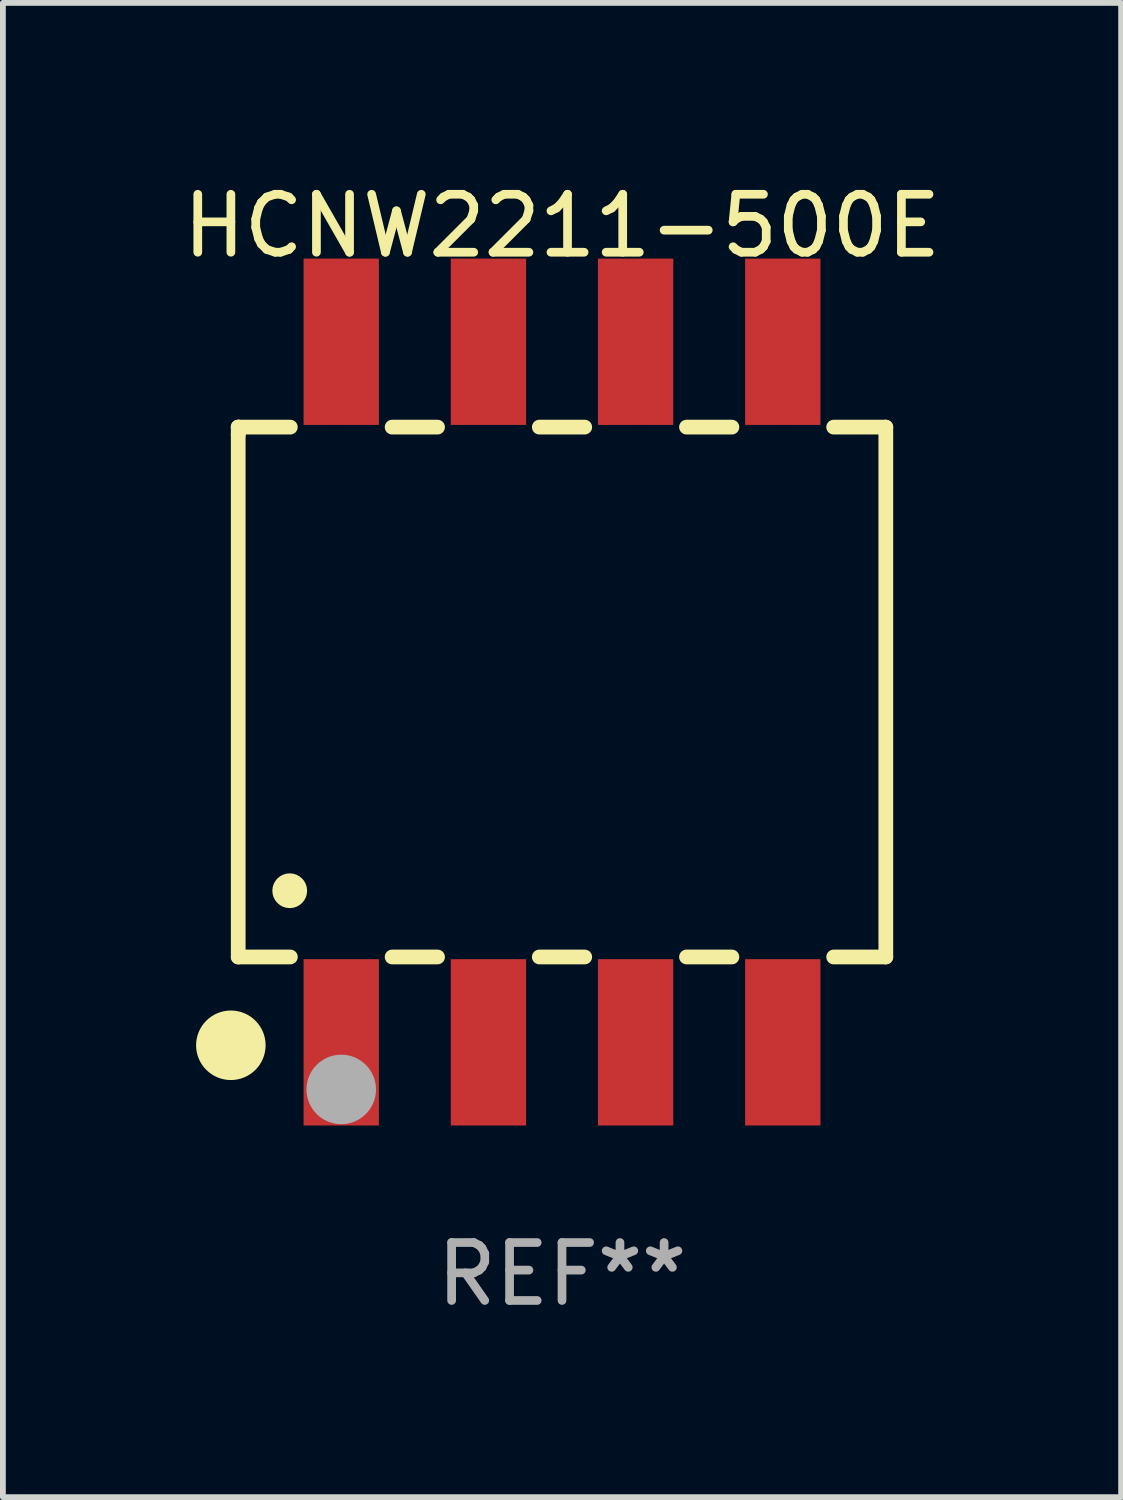
<source format=kicad_pcb>
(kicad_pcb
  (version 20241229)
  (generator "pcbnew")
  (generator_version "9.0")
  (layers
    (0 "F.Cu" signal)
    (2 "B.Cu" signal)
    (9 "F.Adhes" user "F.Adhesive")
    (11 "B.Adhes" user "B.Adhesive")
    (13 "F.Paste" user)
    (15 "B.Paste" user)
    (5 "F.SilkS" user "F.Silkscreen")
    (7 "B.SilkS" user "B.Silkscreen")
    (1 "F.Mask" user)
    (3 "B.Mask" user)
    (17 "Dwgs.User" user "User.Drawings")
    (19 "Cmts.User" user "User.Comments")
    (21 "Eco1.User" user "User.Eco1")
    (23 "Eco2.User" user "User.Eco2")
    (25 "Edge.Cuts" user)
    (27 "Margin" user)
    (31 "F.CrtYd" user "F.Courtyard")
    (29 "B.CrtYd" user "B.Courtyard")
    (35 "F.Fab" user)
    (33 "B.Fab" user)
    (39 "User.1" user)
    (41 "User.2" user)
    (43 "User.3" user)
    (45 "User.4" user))
  (footprint "HCNW2211-500E"
    (layer "F.Cu")
    (at 6.649 8.893)
    (property "Reference" "HCNW2211-500E" (at 0 -8.045 0) (layer "F.SilkS") (effects (font (size 1 1) (thickness 0.15))))
    (attr through_hole)
    (fp_line (start -5.588 -4.572) (end -5.588 -4.572) (stroke (width 0.254) (type solid)) (layer "F.SilkS"))
    (fp_line (start -5.588 -4.572) (end -5.588 -4.445) (stroke (width 0.254) (type solid)) (layer "F.SilkS"))
    (fp_line (start -5.588 -4.445) (end -5.588 4.572) (stroke (width 0.254) (type solid)) (layer "F.SilkS"))
    (fp_line (start -5.588 4.572) (end -4.688 4.572) (stroke (width 0.254) (type solid)) (layer "F.SilkS"))
    (fp_line (start -4.689 -4.572) (end -5.588 -4.572) (stroke (width 0.254) (type solid)) (layer "F.SilkS"))
    (fp_line (start -2.932 4.572) (end -2.148 4.572) (stroke (width 0.254) (type solid)) (layer "F.SilkS"))
    (fp_line (start -2.148 -4.572) (end -2.932 -4.572) (stroke (width 0.254) (type solid)) (layer "F.SilkS"))
    (fp_line (start -0.392 4.572) (end 0.392 4.572) (stroke (width 0.254) (type solid)) (layer "F.SilkS"))
    (fp_line (start 0.392 -4.572) (end -0.392 -4.572) (stroke (width 0.254) (type solid)) (layer "F.SilkS"))
    (fp_line (start 2.148 4.572) (end 2.932 4.572) (stroke (width 0.254) (type solid)) (layer "F.SilkS"))
    (fp_line (start 2.932 -4.572) (end 2.148 -4.572) (stroke (width 0.254) (type solid)) (layer "F.SilkS"))
    (fp_line (start 4.688 4.572) (end 5.588 4.572) (stroke (width 0.254) (type solid)) (layer "F.SilkS"))
    (fp_line (start 5.588 -4.572) (end 4.688 -4.572) (stroke (width 0.254) (type solid)) (layer "F.SilkS"))
    (fp_line (start 5.588 4.572) (end 5.588 -4.572) (stroke (width 0.254) (type solid)) (layer "F.SilkS"))
    (fp_circle (center -5.715 6.096) (end -5.415 6.096) (stroke (width 0.6) (type solid)) (fill no) (layer "F.SilkS"))
    (fp_circle (center -5.6 6.15) (end -5.57 6.15) (stroke (width 0.06) (type solid)) (fill no) (layer "F.SilkS"))
    (fp_circle (center -4.699 3.429) (end -4.549 3.429) (stroke (width 0.3) (type solid)) (fill no) (layer "F.SilkS"))
    (fp_circle (center -3.81 6.858) (end -3.51 6.858) (stroke (width 0.6) (type solid)) (fill no) (layer "F.Fab"))
    (fp_text user "REF**" (at 0 10.045 0) (layer "F.Fab") (effects (font (size 1 1) (thickness 0.15))))
    (pad "1" smd rect (at -3.81 6.045) (size 1.3 2.87) (layers "F.Cu" "F.Mask" "F.Paste"))
    (pad "2" smd rect (at -1.27 6.045) (size 1.3 2.87) (layers "F.Cu" "F.Mask" "F.Paste"))
    (pad "3" smd rect (at 1.27 6.045) (size 1.3 2.87) (layers "F.Cu" "F.Mask" "F.Paste"))
    (pad "4" smd rect (at 3.81 6.045) (size 1.3 2.87) (layers "F.Cu" "F.Mask" "F.Paste"))
    (pad "5" smd rect (at 3.81 -6.045) (size 1.3 2.87) (layers "F.Cu" "F.Mask" "F.Paste"))
    (pad "6" smd rect (at 1.27 -6.045) (size 1.3 2.87) (layers "F.Cu" "F.Mask" "F.Paste"))
    (pad "7" smd rect (at -1.27 -6.045) (size 1.3 2.87) (layers "F.Cu" "F.Mask" "F.Paste"))
    (pad "8" smd rect (at -3.81 -6.045) (size 1.3 2.87) (layers "F.Cu" "F.Mask" "F.Paste")))
  (gr_rect
    (start -3 -3)
    (end 16.298 22.787)
    (stroke (width 0.1) (type default))
    (fill no)
    (layer "Edge.Cuts")))
</source>
